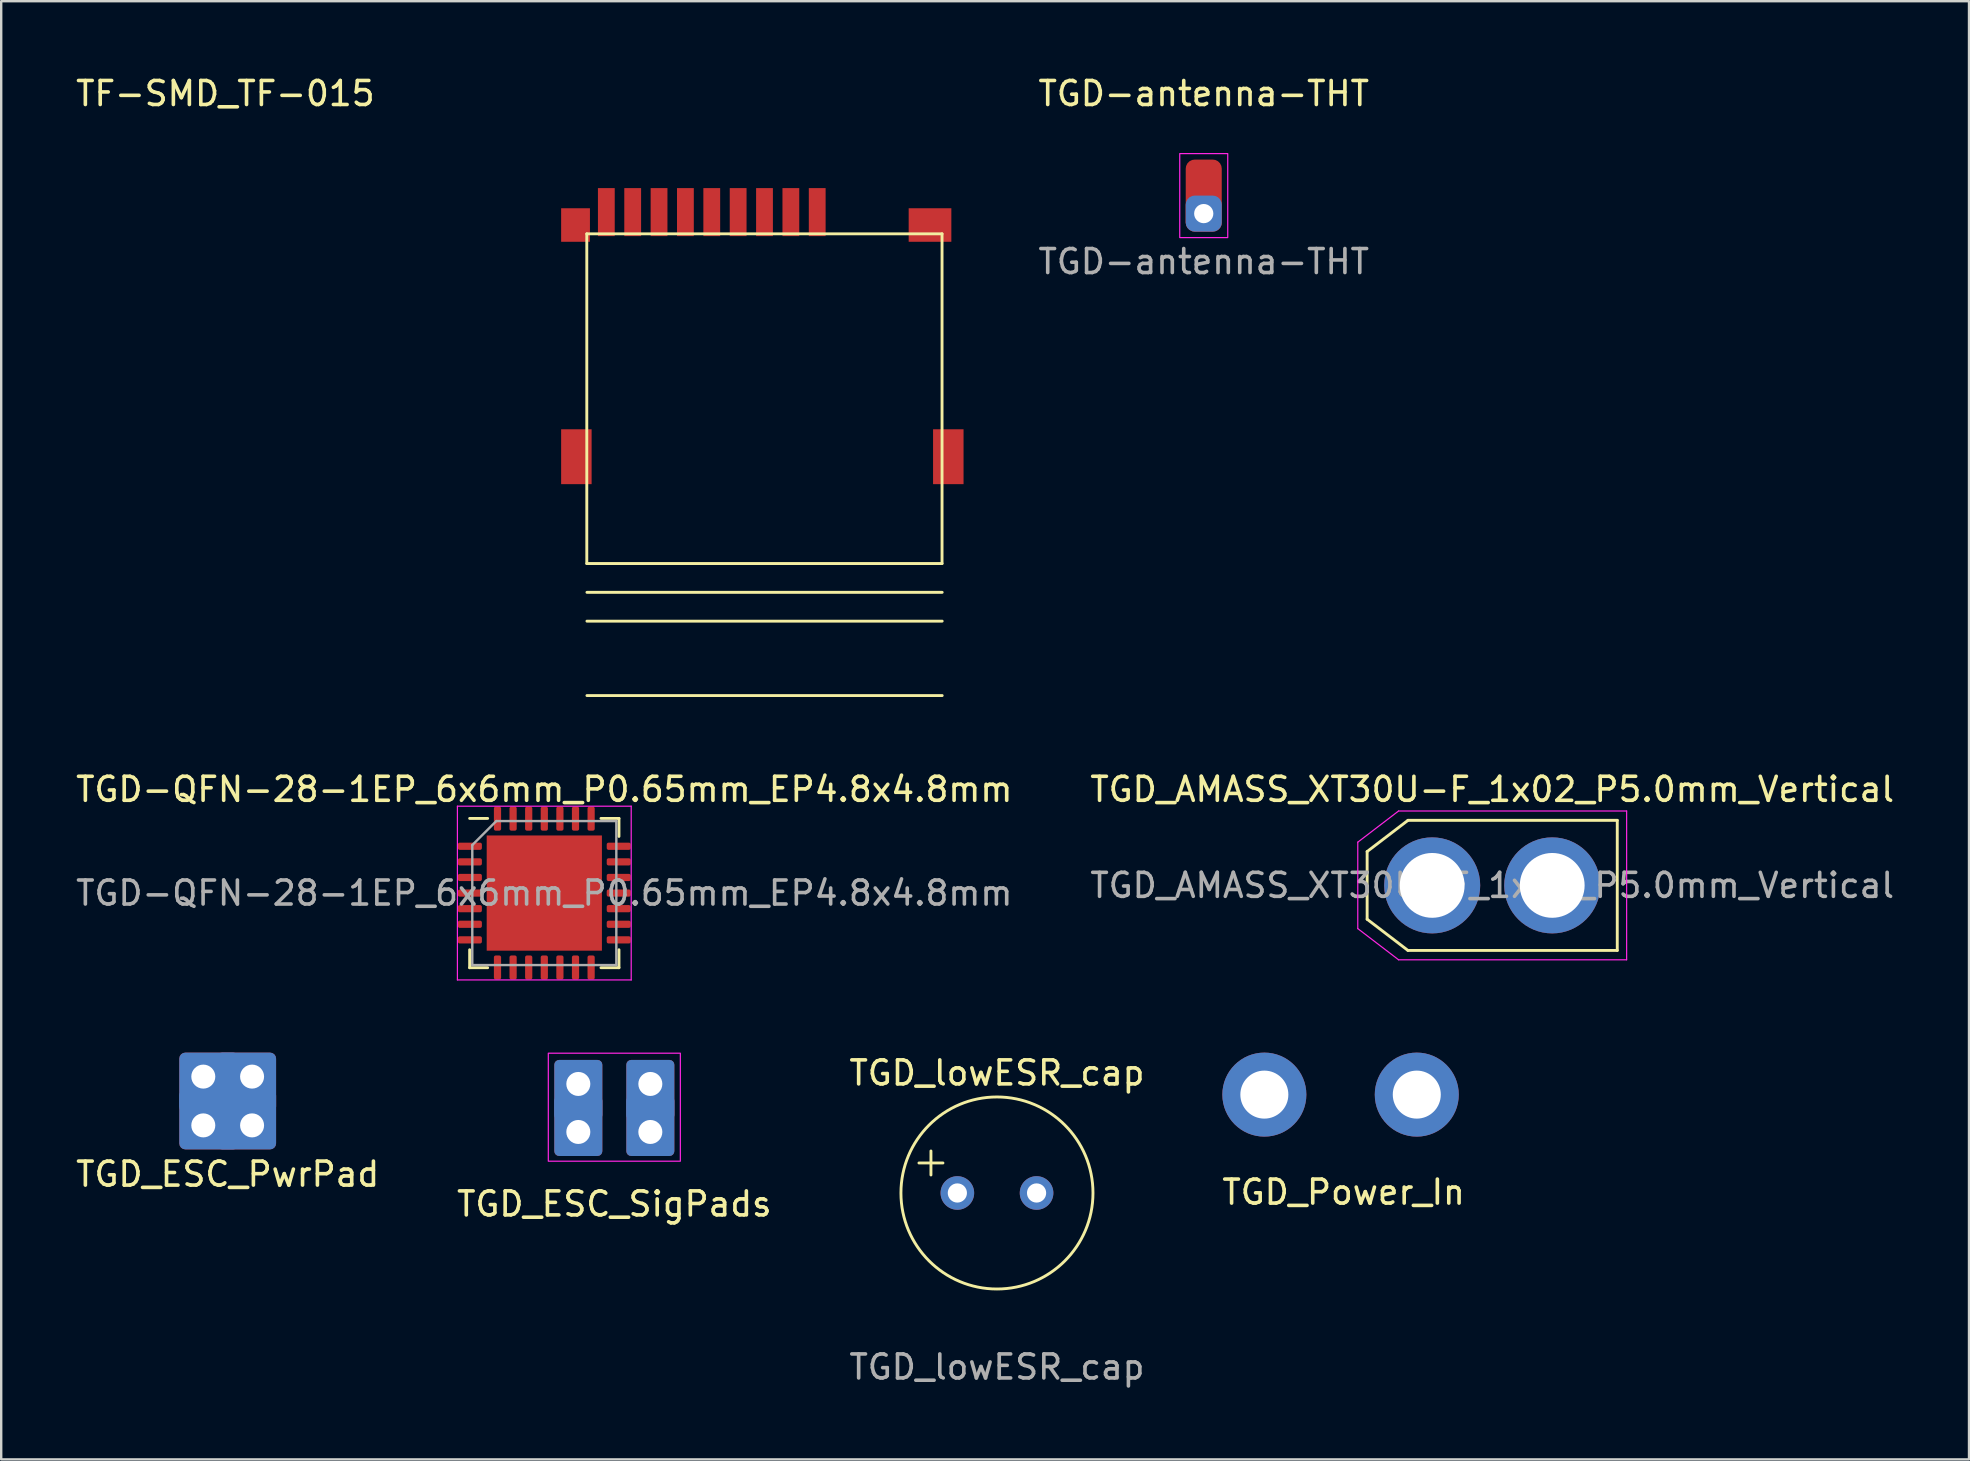
<source format=kicad_pcb>
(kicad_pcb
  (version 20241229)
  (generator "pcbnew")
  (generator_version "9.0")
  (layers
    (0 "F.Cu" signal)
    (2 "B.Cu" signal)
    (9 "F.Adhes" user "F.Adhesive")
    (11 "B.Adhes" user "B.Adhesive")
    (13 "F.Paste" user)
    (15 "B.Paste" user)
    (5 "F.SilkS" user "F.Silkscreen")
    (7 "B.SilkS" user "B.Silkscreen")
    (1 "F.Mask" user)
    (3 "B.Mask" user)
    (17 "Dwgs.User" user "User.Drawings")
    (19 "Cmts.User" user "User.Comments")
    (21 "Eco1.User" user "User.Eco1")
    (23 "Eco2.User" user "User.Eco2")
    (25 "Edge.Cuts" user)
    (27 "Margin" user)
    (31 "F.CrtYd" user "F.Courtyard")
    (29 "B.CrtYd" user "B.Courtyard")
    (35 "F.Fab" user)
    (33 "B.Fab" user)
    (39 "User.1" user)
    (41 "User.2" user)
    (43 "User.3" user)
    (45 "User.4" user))
  (footprint "TGD_ESC_PwrPad"
    (layer "F.Cu")
    (at 6.435 42.816)
    (property "Reference" "TGD_ESC_PwrPad" (at 0 3.048 0) (layer "F.SilkS") (effects (font (size 1 1) (thickness 0.15))))
    (attr through_hole)
    (pad "1" thru_hole roundrect (at -1.016 -1.016) (size 2.5 2.5) (drill 1 (offset 0.25 0.25)) (layers "*.Cu" "*.Mask") (roundrect_rratio 0.1))
    (pad "1" thru_hole roundrect (at -1.016 1.016 90) (size 2.5 2.5) (drill 1 (offset 0.25 0.25)) (layers "*.Cu" "*.Mask") (roundrect_rratio 0.1))
    (pad "1" thru_hole roundrect (at 1.016 -1.016 270) (size 2.5 2.5) (drill 1 (offset 0.25 0.25)) (layers "*.Cu" "*.Mask") (roundrect_rratio 0.1))
    (pad "1" thru_hole roundrect (at 1.016 1.016 180) (size 2.5 2.5) (drill 1 (offset 0.25 0.25)) (layers "*.Cu" "*.Mask") (roundrect_rratio 0.1)))
  (footprint "TGD_ESC_SigPads"
    (layer "F.Cu")
    (at 22.542 43.106)
    (property "Reference" "TGD_ESC_SigPads" (at 0 4 0) (layer "F.SilkS") (effects (font (size 1 1) (thickness 0.15))))
    (attr through_hole)
    (fp_rect (start 2.75 2.218) (end -2.75 -2.282) (stroke (width 0.05) (type solid)) (fill no) (layer "F.CrtYd"))
    (pad "1" thru_hole roundrect (at -1.5 -1) (size 2 2.5) (drill 1 (offset 0 0.25)) (layers "*.Cu" "*.Mask") (roundrect_rratio 0.1))
    (pad "1" thru_hole roundrect (at -1.5 1 180) (size 2 2.5) (drill 1 (offset 0 0.25)) (layers "*.Cu" "*.Mask") (roundrect_rratio 0.1))
    (pad "2" thru_hole roundrect (at 1.5 -1) (size 2 2.5) (drill 1 (offset 0 0.25)) (layers "*.Cu" "*.Mask") (roundrect_rratio 0.1))
    (pad "2" thru_hole roundrect (at 1.5 1 180) (size 2 2.5) (drill 1 (offset 0 0.25)) (layers "*.Cu" "*.Mask") (roundrect_rratio 0.1)))
  (footprint "TGD_Power_In"
    (layer "F.Cu")
    (at 49.621 42.55)
    (property "Reference" "TGD_Power_In" (at 3.302 4.064 0) (layer "F.SilkS") (effects (font (size 1 1) (thickness 0.15))))
    (attr through_hole)
    (pad "1" thru_hole circle (at 0 0) (size 3.5 3.5) (drill 2) (layers "*.Cu" "*.Mask"))
    (pad "2" thru_hole circle (at 6.35 0) (size 3.5 3.5) (drill 2) (layers "*.Cu" "*.Mask")))
  (footprint "TGD_lowESR_cap"
    (layer "F.Cu")
    (at 38.482 46.648)
    (property "Reference" "TGD_lowESR_cap" (at 0 -5 0) (unlocked yes) (layer "F.SilkS") (effects (font (size 1 1) (thickness 0.15))))
    (attr smd)
    (fp_line (start -3.25 -1.25) (end -2.25 -1.25) (stroke (width 0.12) (type solid)) (layer "F.SilkS"))
    (fp_line (start -2.75 -1.75) (end -2.75 -0.75) (stroke (width 0.12) (type solid)) (layer "F.SilkS"))
    (fp_circle (center 0 0) (end 4 0) (stroke (width 0.12) (type solid)) (fill no) (layer "F.SilkS"))
    (fp_text user "${REFERENCE}" (at 0 7.25 0) (unlocked yes) (layer "F.Fab") (effects (font (size 1 1) (thickness 0.15))))
    (pad "1" thru_hole circle (at -1.65 0) (size 1.4 1.4) (drill 0.8) (layers "*.Cu" "*.Mask"))
    (pad "2" thru_hole circle (at 1.65 0) (size 1.4 1.4) (drill 0.8) (layers "*.Cu" "*.Mask")))
  (footprint "TGD-antenna-THT"
    (layer "F.Cu")
    (at 47.096 5.098)
    (property "Reference" "TGD-antenna-THT" (at 0 -4.25 0) (unlocked yes) (layer "F.SilkS") (effects (font (size 1 1) (thickness 0.15))))
    (attr through_hole)
    (fp_rect (start 1 1.75) (end -1 -1.75) (stroke (width 0.05) (type solid)) (fill no) (layer "F.CrtYd"))
    (fp_text user "${REFERENCE}" (at 0 2.75 0) (unlocked yes) (layer "F.Fab") (effects (font (size 1 1) (thickness 0.15))))
    (pad "1" smd roundrect (at 0 0) (size 1.5 3) (layers "F.Cu" "F.Mask" "F.Paste") (roundrect_rratio 0.25))
    (pad "1" thru_hole roundrect (at 0 0.75) (size 1.5 1.5) (drill 0.8) (layers "*.Cu" "*.Mask") (roundrect_rratio 0.25)))
  (footprint "TGD-QFN-28-1EP_6x6mm_P0.65mm_EP4.8x4.8mm"
    (layer "F.Cu")
    (at 19.625 34.154)
    (property "Reference" "TGD-QFN-28-1EP_6x6mm_P0.65mm_EP4.8x4.8mm" (at 0 -4.32 0) (layer "F.SilkS") (effects (font (size 1 1) (thickness 0.15))))
    (attr smd)
    (fp_line (start -3.11 3.11) (end -3.11 2.36) (stroke (width 0.12) (type solid)) (layer "F.SilkS"))
    (fp_line (start -2.36 -3.11) (end -3.11 -3.11) (stroke (width 0.12) (type solid)) (layer "F.SilkS"))
    (fp_line (start -2.36 3.11) (end -3.11 3.11) (stroke (width 0.12) (type solid)) (layer "F.SilkS"))
    (fp_line (start 2.36 -3.11) (end 3.11 -3.11) (stroke (width 0.12) (type solid)) (layer "F.SilkS"))
    (fp_line (start 2.36 3.11) (end 3.11 3.11) (stroke (width 0.12) (type solid)) (layer "F.SilkS"))
    (fp_line (start 3.11 -3.11) (end 3.11 -2.36) (stroke (width 0.12) (type solid)) (layer "F.SilkS"))
    (fp_line (start 3.11 3.11) (end 3.11 2.36) (stroke (width 0.12) (type solid)) (layer "F.SilkS"))
    (fp_line (start -3.62 -3.62) (end -3.62 3.62) (stroke (width 0.05) (type solid)) (layer "F.CrtYd"))
    (fp_line (start -3.62 3.62) (end 3.62 3.62) (stroke (width 0.05) (type solid)) (layer "F.CrtYd"))
    (fp_line (start 3.62 -3.62) (end -3.62 -3.62) (stroke (width 0.05) (type solid)) (layer "F.CrtYd"))
    (fp_line (start 3.62 3.62) (end 3.62 -3.62) (stroke (width 0.05) (type solid)) (layer "F.CrtYd"))
    (fp_line (start -3 -2) (end -2 -3) (stroke (width 0.1) (type solid)) (layer "F.Fab"))
    (fp_line (start -3 3) (end -3 -2) (stroke (width 0.1) (type solid)) (layer "F.Fab"))
    (fp_line (start -2 -3) (end 3 -3) (stroke (width 0.1) (type solid)) (layer "F.Fab"))
    (fp_line (start 3 -3) (end 3 3) (stroke (width 0.1) (type solid)) (layer "F.Fab"))
    (fp_line (start 3 3) (end -3 3) (stroke (width 0.1) (type solid)) (layer "F.Fab"))
    (fp_text user "${REFERENCE}" (at 0 0 0) (layer "F.Fab") (effects (font (size 1 1) (thickness 0.15))))
    (pad "" smd roundrect (at -1.6 -1.6) (size 1.29 1.29) (layers "F.Paste") (roundrect_rratio 0.194))
    (pad "" smd roundrect (at -1.6 0) (size 1.29 1.29) (layers "F.Paste") (roundrect_rratio 0.194))
    (pad "" smd roundrect (at -1.6 1.6) (size 1.29 1.29) (layers "F.Paste") (roundrect_rratio 0.194))
    (pad "" smd roundrect (at 0 -1.6) (size 1.29 1.29) (layers "F.Paste") (roundrect_rratio 0.194))
    (pad "" smd roundrect (at 0 0) (size 1.29 1.29) (layers "F.Paste") (roundrect_rratio 0.194))
    (pad "" smd roundrect (at 0 1.6) (size 1.29 1.29) (layers "F.Paste") (roundrect_rratio 0.194))
    (pad "" smd roundrect (at 1.6 -1.6) (size 1.29 1.29) (layers "F.Paste") (roundrect_rratio 0.194))
    (pad "" smd roundrect (at 1.6 0) (size 1.29 1.29) (layers "F.Paste") (roundrect_rratio 0.194))
    (pad "" smd roundrect (at 1.6 1.6) (size 1.29 1.29) (layers "F.Paste") (roundrect_rratio 0.194))
    (pad "1" smd roundrect (at -3.1 -1.95) (size 1 0.3) (layers "F.Cu" "F.Mask" "F.Paste") (roundrect_rratio 0.25))
    (pad "2" smd roundrect (at -3.1 -1.3) (size 1 0.3) (layers "F.Cu" "F.Mask" "F.Paste") (roundrect_rratio 0.25))
    (pad "3" smd roundrect (at -3.1 -0.65) (size 1 0.3) (layers "F.Cu" "F.Mask" "F.Paste") (roundrect_rratio 0.25))
    (pad "4" smd roundrect (at -3.1 0) (size 1 0.3) (layers "F.Cu" "F.Mask" "F.Paste") (roundrect_rratio 0.25))
    (pad "5" smd roundrect (at -3.1 0.65) (size 1 0.3) (layers "F.Cu" "F.Mask" "F.Paste") (roundrect_rratio 0.25))
    (pad "6" smd roundrect (at -3.1 1.3) (size 1 0.3) (layers "F.Cu" "F.Mask" "F.Paste") (roundrect_rratio 0.25))
    (pad "7" smd roundrect (at -3.1 1.95) (size 1 0.3) (layers "F.Cu" "F.Mask" "F.Paste") (roundrect_rratio 0.25))
    (pad "8" smd roundrect (at -1.95 3.1) (size 0.3 1) (layers "F.Cu" "F.Mask" "F.Paste") (roundrect_rratio 0.25))
    (pad "9" smd roundrect (at -1.3 3.1) (size 0.3 1) (layers "F.Cu" "F.Mask" "F.Paste") (roundrect_rratio 0.25))
    (pad "10" smd roundrect (at -0.65 3.1) (size 0.3 1) (layers "F.Cu" "F.Mask" "F.Paste") (roundrect_rratio 0.25))
    (pad "11" smd roundrect (at 0 3.1) (size 0.3 1) (layers "F.Cu" "F.Mask" "F.Paste") (roundrect_rratio 0.25))
    (pad "12" smd roundrect (at 0.65 3.1) (size 0.3 1) (layers "F.Cu" "F.Mask" "F.Paste") (roundrect_rratio 0.25))
    (pad "13" smd roundrect (at 1.3 3.1) (size 0.3 1) (layers "F.Cu" "F.Mask" "F.Paste") (roundrect_rratio 0.25))
    (pad "14" smd roundrect (at 1.95 3.1) (size 0.3 1) (layers "F.Cu" "F.Mask" "F.Paste") (roundrect_rratio 0.25))
    (pad "15" smd roundrect (at 3.1 1.95) (size 1 0.3) (layers "F.Cu" "F.Mask" "F.Paste") (roundrect_rratio 0.25))
    (pad "16" smd roundrect (at 3.1 1.3) (size 1 0.3) (layers "F.Cu" "F.Mask" "F.Paste") (roundrect_rratio 0.25))
    (pad "17" smd roundrect (at 3.1 0.65) (size 1 0.3) (layers "F.Cu" "F.Mask" "F.Paste") (roundrect_rratio 0.25))
    (pad "18" smd roundrect (at 3.1 0) (size 1 0.3) (layers "F.Cu" "F.Mask" "F.Paste") (roundrect_rratio 0.25))
    (pad "19" smd roundrect (at 3.1 -0.65) (size 1 0.3) (layers "F.Cu" "F.Mask" "F.Paste") (roundrect_rratio 0.25))
    (pad "20" smd roundrect (at 3.1 -1.3) (size 1 0.3) (layers "F.Cu" "F.Mask" "F.Paste") (roundrect_rratio 0.25))
    (pad "21" smd roundrect (at 3.1 -1.95) (size 1 0.3) (layers "F.Cu" "F.Mask" "F.Paste") (roundrect_rratio 0.25))
    (pad "22" smd roundrect (at 1.95 -3.1) (size 0.3 1) (layers "F.Cu" "F.Mask" "F.Paste") (roundrect_rratio 0.25))
    (pad "23" smd roundrect (at 1.3 -3.1) (size 0.3 1) (layers "F.Cu" "F.Mask" "F.Paste") (roundrect_rratio 0.25))
    (pad "24" smd roundrect (at 0.65 -3.1) (size 0.3 1) (layers "F.Cu" "F.Mask" "F.Paste") (roundrect_rratio 0.25))
    (pad "25" smd roundrect (at 0 -3.1) (size 0.3 1) (layers "F.Cu" "F.Mask" "F.Paste") (roundrect_rratio 0.25))
    (pad "26" smd roundrect (at -0.65 -3.1) (size 0.3 1) (layers "F.Cu" "F.Mask" "F.Paste") (roundrect_rratio 0.25))
    (pad "27" smd roundrect (at -1.3 -3.1) (size 0.3 1) (layers "F.Cu" "F.Mask" "F.Paste") (roundrect_rratio 0.25))
    (pad "28" smd roundrect (at -1.95 -3.1) (size 0.3 1) (layers "F.Cu" "F.Mask" "F.Paste") (roundrect_rratio 0.25))
    (pad "29" smd rect (at 0 0) (size 4.8 4.8) (layers "F.Cu" "F.Mask")))
  (footprint "TF-SMD_TF-015"
    (layer "F.Cu")
    (at 28.691 10.881)
    (property "Reference" "TF-SMD_TF-015" (at -22.352 -10.033 0) (layer "F.SilkS") (effects (font (size 1 1) (thickness 0.15))))
    (attr through_hole)
    (fp_line (start -7.296 -4.19) (end 7.503 -4.19) (stroke (width 0.12) (type solid)) (layer "F.SilkS"))
    (fp_line (start -7.296 9.545) (end -7.296 -4.19) (stroke (width 0.12) (type solid)) (layer "F.SilkS"))
    (fp_line (start 7.503 -4.19) (end 7.503 9.545) (stroke (width 0.12) (type solid)) (layer "F.SilkS"))
    (fp_line (start 7.503 9.545) (end -7.296 9.545) (stroke (width 0.12) (type solid)) (layer "F.SilkS"))
    (fp_line (start 7.509 10.745) (end -7.29 10.745) (stroke (width 0.12) (type solid)) (layer "F.SilkS"))
    (fp_line (start 7.509 11.945) (end -7.29 11.945) (stroke (width 0.12) (type solid)) (layer "F.SilkS"))
    (fp_line (start 7.509 15.045) (end -7.29 15.045) (stroke (width 0.12) (type solid)) (layer "F.SilkS"))
    (pad "1" smd rect (at 2.303 -5.095) (size 0.7 2) (layers "F.Cu" "F.Mask" "F.Paste"))
    (pad "2" smd rect (at 1.205 -5.095) (size 0.7 2) (layers "F.Cu" "F.Mask" "F.Paste"))
    (pad "3" smd rect (at 0.107 -5.095) (size 0.7 2) (layers "F.Cu" "F.Mask" "F.Paste"))
    (pad "4" smd rect (at -0.991 -5.095) (size 0.7 2) (layers "F.Cu" "F.Mask" "F.Paste"))
    (pad "5" smd rect (at -2.09 -5.095) (size 0.7 2) (layers "F.Cu" "F.Mask" "F.Paste"))
    (pad "6" smd rect (at -3.188 -5.095) (size 0.7 2) (layers "F.Cu" "F.Mask" "F.Paste"))
    (pad "7" smd rect (at -4.286 -5.095) (size 0.7 2) (layers "F.Cu" "F.Mask" "F.Paste"))
    (pad "8" smd rect (at -5.384 -5.095) (size 0.7 2) (layers "F.Cu" "F.Mask" "F.Paste"))
    (pad "9" smd rect (at -6.482 -5.095) (size 0.7 2) (layers "F.Cu" "F.Mask" "F.Paste"))
    (pad "10" smd rect (at -7.765 -4.557) (size 1.2 1.397) (layers "F.Cu" "F.Mask" "F.Paste"))
    (pad "11" smd rect (at -7.73 5.095) (size 1.27 2.286) (layers "F.Cu" "F.Mask" "F.Paste"))
    (pad "12" smd rect (at 7.764 5.095) (size 1.27 2.286) (layers "F.Cu" "F.Mask" "F.Paste"))
    (pad "13" smd rect (at 7.002 -4.557) (size 1.778 1.397) (layers "F.Cu" "F.Mask" "F.Paste")))
  (footprint "TGD_AMASS_XT30U-F_1x02_P5.0mm_Vertical"
    (layer "F.Cu")
    (at 59.113 33.834)
    (property "Reference" "TGD_AMASS_XT30U-F_1x02_P5.0mm_Vertical" (at 0 -4 0) (layer "F.SilkS") (effects (font (size 1 1) (thickness 0.15))))
    (attr through_hole)
    (fp_line (start -5.21 -1.41) (end -5.21 1.41) (stroke (width 0.12) (type solid)) (layer "F.SilkS"))
    (fp_line (start -5.21 -1.41) (end -3.51 -2.71) (stroke (width 0.12) (type solid)) (layer "F.SilkS"))
    (fp_line (start -5.21 1.41) (end -3.51 2.71) (stroke (width 0.12) (type solid)) (layer "F.SilkS"))
    (fp_line (start -3.51 -2.71) (end 5.21 -2.71) (stroke (width 0.12) (type solid)) (layer "F.SilkS"))
    (fp_line (start -3.51 2.71) (end 5.21 2.71) (stroke (width 0.12) (type solid)) (layer "F.SilkS"))
    (fp_line (start 5.21 -2.71) (end 5.21 2.71) (stroke (width 0.12) (type solid)) (layer "F.SilkS"))
    (fp_line (start -5.6 -1.8) (end -5.6 1.8) (stroke (width 0.05) (type solid)) (layer "F.CrtYd"))
    (fp_line (start -5.6 -1.8) (end -3.9 -3.1) (stroke (width 0.05) (type solid)) (layer "F.CrtYd"))
    (fp_line (start -5.6 1.8) (end -3.9 3.1) (stroke (width 0.05) (type solid)) (layer "F.CrtYd"))
    (fp_line (start -3.9 -3.1) (end 5.6 -3.1) (stroke (width 0.05) (type solid)) (layer "F.CrtYd"))
    (fp_line (start -3.9 3.1) (end 5.6 3.1) (stroke (width 0.05) (type solid)) (layer "F.CrtYd"))
    (fp_line (start 5.6 -3.1) (end 5.6 3.1) (stroke (width 0.05) (type solid)) (layer "F.CrtYd"))
    (fp_text user "${REFERENCE}" (at 0 0 0) (layer "F.Fab") (effects (font (size 1 1) (thickness 0.15))))
    (pad "1" thru_hole circle (at -2.5 0) (size 4 4) (drill 2.7) (layers "*.Cu" "*.Mask"))
    (pad "2" thru_hole circle (at 2.5 0) (size 4 4) (drill 2.7) (layers "*.Cu" "*.Mask")))
  (gr_rect
    (start -3 -3)
    (end 78.976 57.746)
    (stroke (width 0.1) (type default))
    (fill no)
    (layer "Edge.Cuts")))
</source>
